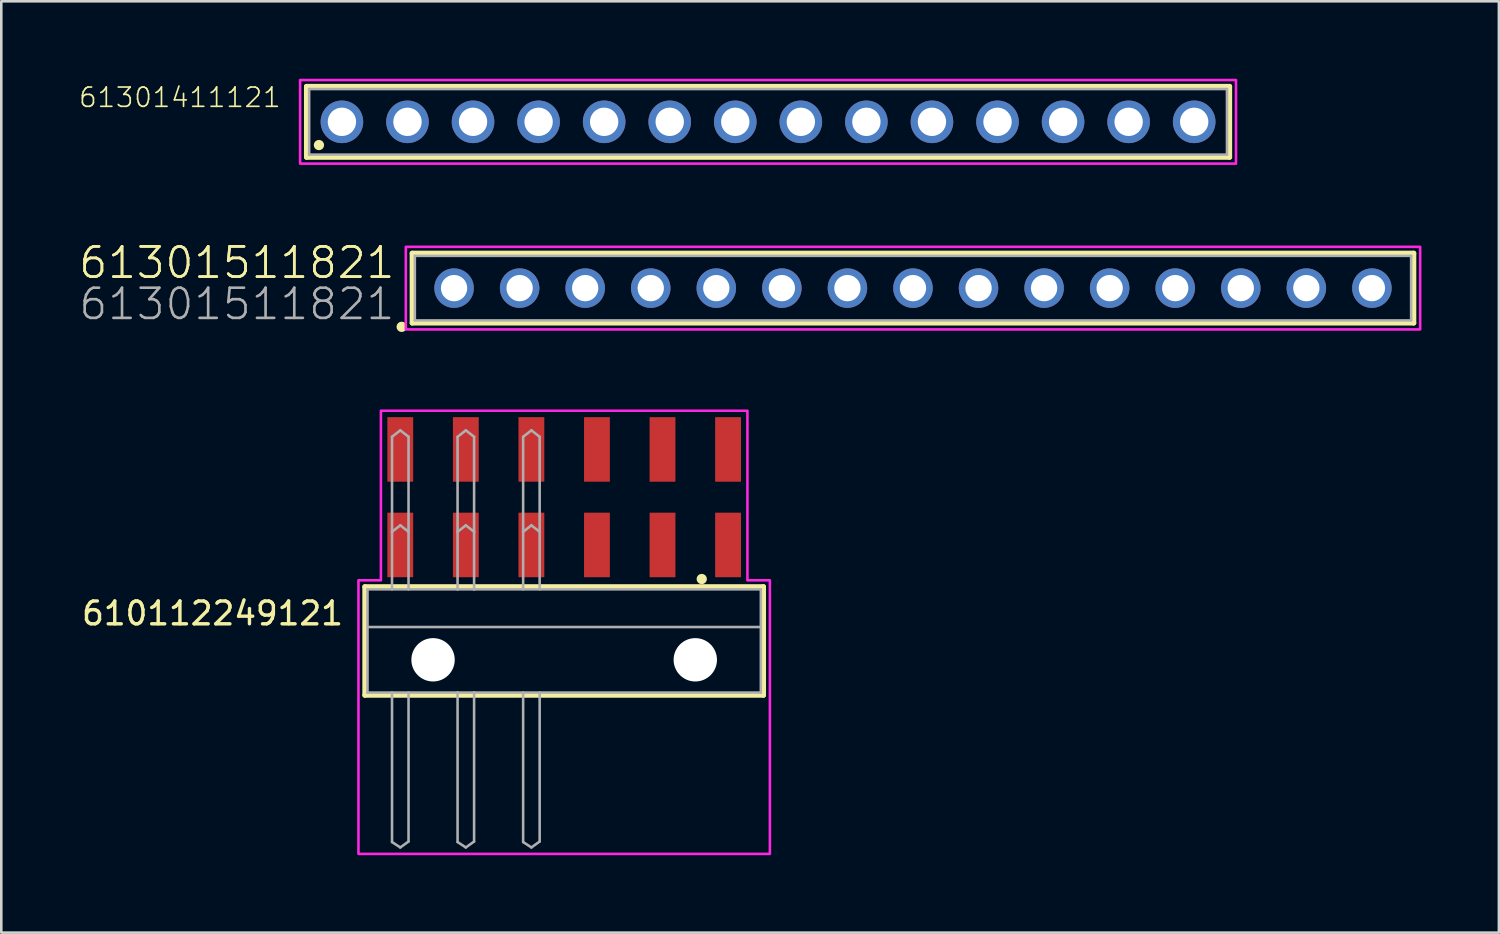
<source format=kicad_pcb>
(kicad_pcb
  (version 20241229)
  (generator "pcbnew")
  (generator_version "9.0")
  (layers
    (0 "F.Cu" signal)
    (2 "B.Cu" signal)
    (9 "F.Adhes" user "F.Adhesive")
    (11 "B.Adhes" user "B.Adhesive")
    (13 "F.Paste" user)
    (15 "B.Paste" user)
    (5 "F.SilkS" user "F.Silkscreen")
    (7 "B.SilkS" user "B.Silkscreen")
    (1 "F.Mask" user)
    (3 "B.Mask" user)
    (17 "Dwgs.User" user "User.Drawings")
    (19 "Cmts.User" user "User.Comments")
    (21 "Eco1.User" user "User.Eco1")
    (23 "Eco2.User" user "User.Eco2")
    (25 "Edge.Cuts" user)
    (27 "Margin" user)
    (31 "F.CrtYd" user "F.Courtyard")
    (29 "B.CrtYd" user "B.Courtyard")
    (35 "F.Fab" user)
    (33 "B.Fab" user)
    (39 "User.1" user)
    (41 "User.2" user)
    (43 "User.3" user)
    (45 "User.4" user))
  (footprint "610112249121"
    (layer "F.Cu")
    (at 18.808 22.513)
    (property "Reference" "610112249121" (at -8.486 -1.28 0) (unlocked yes) (layer "F.SilkS") (effects (font (size 0.884 0.884) (thickness 0.132)) (justify right bottom)))
    (fp_line (start -7.72 -2.83) (end 7.72 -2.83) (stroke (width 0.2) (type solid)) (layer "F.SilkS"))
    (fp_line (start -7.72 1.37) (end -7.72 -2.83) (stroke (width 0.2) (type solid)) (layer "F.SilkS"))
    (fp_line (start 7.72 -2.83) (end 7.72 1.37) (stroke (width 0.2) (type solid)) (layer "F.SilkS"))
    (fp_line (start 7.72 1.37) (end -7.72 1.37) (stroke (width 0.2) (type solid)) (layer "F.SilkS"))
    (fp_circle (center 5.33 -3.13) (end 5.43 -3.13) (stroke (width 0.2) (type solid)) (fill no) (layer "F.SilkS"))
    (fp_poly (pts (xy 7.1 -3.08) (xy 7.97 -3.08) (xy 7.97 7.52) (xy -7.97 7.52) (xy -7.97 -3.08) (xy -7.1 -3.08) (xy -7.1 -9.65) (xy 7.1 -9.65)) (stroke (width 0.1) (type default)) (fill no) (layer "F.CrtYd"))
    (fp_line (start -7.62 -2.73) (end -7.62 1.27) (stroke (width 0.1) (type solid)) (layer "F.Fab"))
    (fp_line (start -7.61 -1.27) (end 7.61 -1.27) (stroke (width 0.1) (type solid)) (layer "F.Fab"))
    (fp_line (start -6.67 -4.96) (end -6.67 -8.64) (stroke (width 0.1) (type solid)) (layer "F.Fab"))
    (fp_line (start -6.67 -2.73) (end -6.67 -4.96) (stroke (width 0.1) (type solid)) (layer "F.Fab"))
    (fp_line (start -6.67 1.27) (end -6.67 7.06) (stroke (width 0.1) (type solid)) (layer "F.Fab"))
    (fp_line (start -6.67 7.06) (end -6.35 7.27) (stroke (width 0.1) (type solid)) (layer "F.Fab"))
    (fp_line (start -6.35 -8.89) (end -6.67 -8.64) (stroke (width 0.1) (type solid)) (layer "F.Fab"))
    (fp_line (start -6.35 -8.89) (end -6.03 -8.64) (stroke (width 0.1) (type solid)) (layer "F.Fab"))
    (fp_line (start -6.35 -5.21) (end -6.67 -4.96) (stroke (width 0.1) (type solid)) (layer "F.Fab"))
    (fp_line (start -6.35 -5.21) (end -6.03 -4.96) (stroke (width 0.1) (type solid)) (layer "F.Fab"))
    (fp_line (start -6.35 7.27) (end -6.03 7.04) (stroke (width 0.1) (type solid)) (layer "F.Fab"))
    (fp_line (start -6.03 -8.64) (end -6.03 -4.96) (stroke (width 0.1) (type solid)) (layer "F.Fab"))
    (fp_line (start -6.03 -4.96) (end -6.03 -2.73) (stroke (width 0.1) (type solid)) (layer "F.Fab"))
    (fp_line (start -6.03 7.04) (end -6.03 1.27) (stroke (width 0.1) (type solid)) (layer "F.Fab"))
    (fp_line (start -4.13 -4.96) (end -4.13 -8.64) (stroke (width 0.1) (type solid)) (layer "F.Fab"))
    (fp_line (start -4.13 -2.73) (end -7.62 -2.73) (stroke (width 0.1) (type solid)) (layer "F.Fab"))
    (fp_line (start -4.13 -2.73) (end -4.13 -4.96) (stroke (width 0.1) (type solid)) (layer "F.Fab"))
    (fp_line (start -4.13 1.27) (end -7.62 1.27) (stroke (width 0.1) (type solid)) (layer "F.Fab"))
    (fp_line (start -4.13 1.27) (end -4.13 7.06) (stroke (width 0.1) (type solid)) (layer "F.Fab"))
    (fp_line (start -4.13 7.06) (end -3.81 7.27) (stroke (width 0.1) (type solid)) (layer "F.Fab"))
    (fp_line (start -3.81 -8.89) (end -4.13 -8.64) (stroke (width 0.1) (type solid)) (layer "F.Fab"))
    (fp_line (start -3.81 -8.89) (end -3.49 -8.64) (stroke (width 0.1) (type solid)) (layer "F.Fab"))
    (fp_line (start -3.81 -5.21) (end -4.13 -4.96) (stroke (width 0.1) (type solid)) (layer "F.Fab"))
    (fp_line (start -3.81 -5.21) (end -3.49 -4.96) (stroke (width 0.1) (type solid)) (layer "F.Fab"))
    (fp_line (start -3.81 7.27) (end -3.49 7.04) (stroke (width 0.1) (type solid)) (layer "F.Fab"))
    (fp_line (start -3.49 -8.64) (end -3.49 -4.96) (stroke (width 0.1) (type solid)) (layer "F.Fab"))
    (fp_line (start -3.49 -4.96) (end -3.49 -2.73) (stroke (width 0.1) (type solid)) (layer "F.Fab"))
    (fp_line (start -3.49 -2.73) (end -4.13 -2.73) (stroke (width 0.1) (type solid)) (layer "F.Fab"))
    (fp_line (start -3.49 1.27) (end -4.13 1.27) (stroke (width 0.1) (type solid)) (layer "F.Fab"))
    (fp_line (start -3.49 7.04) (end -3.49 1.27) (stroke (width 0.1) (type solid)) (layer "F.Fab"))
    (fp_line (start -1.59 -4.96) (end -1.59 -8.64) (stroke (width 0.1) (type solid)) (layer "F.Fab"))
    (fp_line (start -1.59 -2.73) (end -1.59 -4.96) (stroke (width 0.1) (type solid)) (layer "F.Fab"))
    (fp_line (start -1.59 1.27) (end -1.59 7.06) (stroke (width 0.1) (type solid)) (layer "F.Fab"))
    (fp_line (start -1.59 7.06) (end -1.27 7.27) (stroke (width 0.1) (type solid)) (layer "F.Fab"))
    (fp_line (start -1.27 -8.89) (end -1.59 -8.64) (stroke (width 0.1) (type solid)) (layer "F.Fab"))
    (fp_line (start -1.27 -8.89) (end -0.95 -8.64) (stroke (width 0.1) (type solid)) (layer "F.Fab"))
    (fp_line (start -1.27 -5.21) (end -1.59 -4.96) (stroke (width 0.1) (type solid)) (layer "F.Fab"))
    (fp_line (start -1.27 -5.21) (end -0.95 -4.96) (stroke (width 0.1) (type solid)) (layer "F.Fab"))
    (fp_line (start -1.27 7.27) (end -0.95 7.04) (stroke (width 0.1) (type solid)) (layer "F.Fab"))
    (fp_line (start -0.95 -8.64) (end -0.95 -4.96) (stroke (width 0.1) (type solid)) (layer "F.Fab"))
    (fp_line (start -0.95 -4.96) (end -0.95 -2.73) (stroke (width 0.1) (type solid)) (layer "F.Fab"))
    (fp_line (start -0.95 7.04) (end -0.95 1.27) (stroke (width 0.1) (type solid)) (layer "F.Fab"))
    (fp_line (start 7.62 -2.73) (end -3.49 -2.73) (stroke (width 0.1) (type solid)) (layer "F.Fab"))
    (fp_line (start 7.62 -2.73) (end 7.62 1.27) (stroke (width 0.1) (type solid)) (layer "F.Fab"))
    (fp_line (start 7.62 1.27) (end -3.49 1.27) (stroke (width 0.1) (type solid)) (layer "F.Fab"))
    (pad "" np_thru_hole circle (at -5.08 0) (size 1.68 1.68) (drill 1.68) (layers "*.Cu" "*.Mask"))
    (pad "" np_thru_hole circle (at 5.08 0) (size 1.68 1.68) (drill 1.68) (layers "*.Cu" "*.Mask"))
    (pad "1" smd rect (at 6.35 -4.45) (size 1 2.5) (layers "F.Cu" "F.Mask" "F.Paste"))
    (pad "2" smd rect (at 6.35 -8.15) (size 1 2.5) (layers "F.Cu" "F.Mask" "F.Paste"))
    (pad "3" smd rect (at 3.81 -4.45) (size 1 2.5) (layers "F.Cu" "F.Mask" "F.Paste"))
    (pad "4" smd rect (at 3.81 -8.15) (size 1 2.5) (layers "F.Cu" "F.Mask" "F.Paste"))
    (pad "5" smd rect (at 1.27 -4.45) (size 1 2.5) (layers "F.Cu" "F.Mask" "F.Paste"))
    (pad "6" smd rect (at 1.27 -8.15 180) (size 1 2.5) (layers "F.Cu" "F.Mask" "F.Paste"))
    (pad "7" smd rect (at -1.27 -4.45) (size 1 2.5) (layers "F.Cu" "F.Mask" "F.Paste"))
    (pad "8" smd rect (at -1.27 -8.15 180) (size 1 2.5) (layers "F.Cu" "F.Mask" "F.Paste"))
    (pad "9" smd rect (at -3.81 -4.45) (size 1 2.5) (layers "F.Cu" "F.Mask" "F.Paste"))
    (pad "10" smd rect (at -3.81 -8.15 180) (size 1 2.5) (layers "F.Cu" "F.Mask" "F.Paste"))
    (pad "11" smd rect (at -6.35 -4.45) (size 1 2.5) (layers "F.Cu" "F.Mask" "F.Paste"))
    (pad "12" smd rect (at -6.35 -8.15 180) (size 1 2.5) (layers "F.Cu" "F.Mask" "F.Paste")))
  (footprint "61301511821"
    (layer "F.Cu")
    (at 32.322 8.113)
    (property "Reference" "61301511821" (at -20.01 -0.3 0) (unlocked yes) (layer "F.SilkS") (effects (font (size 1.168 1.168) (thickness 0.102)) (justify right bottom)))
    (property "Value" "61301511821" (at -20.01 1.3 0) (unlocked yes) (layer "F.Fab") (hide yes) (effects (font (size 1.168 1.168) (thickness 0.102)) (justify right bottom)))
    (fp_line (start -19.4 -1.35) (end 19.4 -1.35) (stroke (width 0.2) (type solid)) (layer "F.SilkS"))
    (fp_line (start -19.4 1.35) (end -19.4 -1.35) (stroke (width 0.2) (type solid)) (layer "F.SilkS"))
    (fp_line (start 19.4 -1.35) (end 19.4 1.35) (stroke (width 0.2) (type solid)) (layer "F.SilkS"))
    (fp_line (start 19.4 1.35) (end -19.4 1.35) (stroke (width 0.2) (type solid)) (layer "F.SilkS"))
    (fp_circle (center -19.81 1.5) (end -19.71 1.5) (stroke (width 0.2) (type solid)) (fill no) (layer "F.SilkS"))
    (fp_poly (pts (xy 19.65 1.6) (xy -19.65 1.6) (xy -19.65 -1.6) (xy 19.65 -1.6)) (stroke (width 0.1) (type default)) (fill no) (layer "F.CrtYd"))
    (fp_line (start -19.3 -1.25) (end -19.3 1.25) (stroke (width 0.1) (type solid)) (layer "F.Fab"))
    (fp_line (start -19.3 1.25) (end 19.3 1.25) (stroke (width 0.1) (type solid)) (layer "F.Fab"))
    (fp_line (start 19.3 -1.25) (end -19.3 -1.25) (stroke (width 0.1) (type solid)) (layer "F.Fab"))
    (fp_line (start 19.3 1.25) (end 19.3 -1.25) (stroke (width 0.1) (type solid)) (layer "F.Fab"))
    (fp_text user "${REFERENCE}" (at -20.01 -0.3 0) (unlocked yes) (layer "F.SilkS") (effects (font (size 1.168 1.168) (thickness 0.102)) (justify right bottom)))
    (fp_text user "${VALUE}" (at -20.01 1.3 0) (unlocked yes) (layer "F.Fab") (effects (font (size 1.168 1.168) (thickness 0.102)) (justify right bottom)))
    (pad "1" thru_hole circle (at -17.78 0) (size 1.53 1.53) (drill 1.02) (layers "*.Cu" "*.Mask"))
    (pad "2" thru_hole circle (at -15.24 0) (size 1.53 1.53) (drill 1.02) (layers "*.Cu" "*.Mask"))
    (pad "3" thru_hole circle (at -12.7 0) (size 1.53 1.53) (drill 1.02) (layers "*.Cu" "*.Mask"))
    (pad "4" thru_hole circle (at -10.16 0) (size 1.53 1.53) (drill 1.02) (layers "*.Cu" "*.Mask"))
    (pad "5" thru_hole circle (at -7.62 0) (size 1.53 1.53) (drill 1.02) (layers "*.Cu" "*.Mask"))
    (pad "6" thru_hole circle (at -5.08 0) (size 1.53 1.53) (drill 1.02) (layers "*.Cu" "*.Mask"))
    (pad "7" thru_hole circle (at -2.54 0) (size 1.53 1.53) (drill 1.02) (layers "*.Cu" "*.Mask"))
    (pad "8" thru_hole circle (at 0 0) (size 1.53 1.53) (drill 1.02) (layers "*.Cu" "*.Mask"))
    (pad "9" thru_hole circle (at 2.54 0) (size 1.53 1.53) (drill 1.02) (layers "*.Cu" "*.Mask"))
    (pad "10" thru_hole circle (at 5.08 0) (size 1.53 1.53) (drill 1.02) (layers "*.Cu" "*.Mask"))
    (pad "11" thru_hole circle (at 7.62 0) (size 1.53 1.53) (drill 1.02) (layers "*.Cu" "*.Mask"))
    (pad "12" thru_hole circle (at 10.16 0) (size 1.53 1.53) (drill 1.02) (layers "*.Cu" "*.Mask"))
    (pad "13" thru_hole circle (at 12.7 0) (size 1.53 1.53) (drill 1.02) (layers "*.Cu" "*.Mask"))
    (pad "14" thru_hole circle (at 15.24 0) (size 1.53 1.53) (drill 1.02) (layers "*.Cu" "*.Mask"))
    (pad "15" thru_hole circle (at 17.78 0) (size 1.53 1.53) (drill 1.02) (layers "*.Cu" "*.Mask")))
  (footprint "61301411121"
    (layer "F.Cu")
    (at 26.707 1.67)
    (property "Reference" "61301411121" (at -18.828 -0.506 0) (unlocked yes) (layer "F.SilkS") (effects (font (size 0.748 0.748) (thickness 0.065)) (justify right bottom)))
    (fp_line (start -17.88 -1.37) (end 17.88 -1.37) (stroke (width 0.2) (type solid)) (layer "F.SilkS"))
    (fp_line (start -17.88 1.37) (end -17.88 -1.37) (stroke (width 0.2) (type solid)) (layer "F.SilkS"))
    (fp_line (start 17.88 -1.37) (end 17.88 1.37) (stroke (width 0.2) (type solid)) (layer "F.SilkS"))
    (fp_line (start 17.88 1.37) (end -17.88 1.37) (stroke (width 0.2) (type solid)) (layer "F.SilkS"))
    (fp_circle (center -17.4 0.9) (end -17.3 0.9) (stroke (width 0.2) (type solid)) (fill no) (layer "F.SilkS"))
    (fp_poly (pts (xy 18.13 1.62) (xy -18.13 1.62) (xy -18.13 -1.62) (xy 18.13 -1.62)) (stroke (width 0.1) (type default)) (fill no) (layer "F.CrtYd"))
    (fp_line (start -17.78 -1.27) (end -17.78 1.27) (stroke (width 0.1) (type solid)) (layer "F.Fab"))
    (fp_line (start -17.78 1.27) (end 17.78 1.27) (stroke (width 0.1) (type solid)) (layer "F.Fab"))
    (fp_line (start 17.78 -1.27) (end -17.78 -1.27) (stroke (width 0.1) (type solid)) (layer "F.Fab"))
    (fp_line (start 17.78 1.27) (end 17.78 -1.27) (stroke (width 0.1) (type solid)) (layer "F.Fab"))
    (pad "1" thru_hole circle (at -16.51 0) (size 1.65 1.65) (drill 1.1) (layers "*.Cu" "*.Mask"))
    (pad "2" thru_hole circle (at -13.97 0) (size 1.65 1.65) (drill 1.1) (layers "*.Cu" "*.Mask"))
    (pad "3" thru_hole circle (at -11.43 0) (size 1.65 1.65) (drill 1.1) (layers "*.Cu" "*.Mask"))
    (pad "4" thru_hole circle (at -8.89 0) (size 1.65 1.65) (drill 1.1) (layers "*.Cu" "*.Mask"))
    (pad "5" thru_hole circle (at -6.35 0) (size 1.65 1.65) (drill 1.1) (layers "*.Cu" "*.Mask"))
    (pad "6" thru_hole circle (at -3.81 0) (size 1.65 1.65) (drill 1.1) (layers "*.Cu" "*.Mask"))
    (pad "7" thru_hole circle (at -1.27 0) (size 1.65 1.65) (drill 1.1) (layers "*.Cu" "*.Mask"))
    (pad "8" thru_hole circle (at 1.27 0) (size 1.65 1.65) (drill 1.1) (layers "*.Cu" "*.Mask"))
    (pad "9" thru_hole circle (at 3.81 0) (size 1.65 1.65) (drill 1.1) (layers "*.Cu" "*.Mask"))
    (pad "10" thru_hole circle (at 6.35 0) (size 1.65 1.65) (drill 1.1) (layers "*.Cu" "*.Mask"))
    (pad "11" thru_hole circle (at 8.89 0) (size 1.65 1.65) (drill 1.1) (layers "*.Cu" "*.Mask"))
    (pad "12" thru_hole circle (at 11.43 0) (size 1.65 1.65) (drill 1.1) (layers "*.Cu" "*.Mask"))
    (pad "13" thru_hole circle (at 13.97 0) (size 1.65 1.65) (drill 1.1) (layers "*.Cu" "*.Mask"))
    (pad "14" thru_hole circle (at 16.51 0) (size 1.65 1.65) (drill 1.1) (layers "*.Cu" "*.Mask")))
  (gr_rect
    (start -3 -3)
    (end 55.022 33.083)
    (stroke (width 0.1) (type default))
    (fill no)
    (layer "Edge.Cuts")))
</source>
